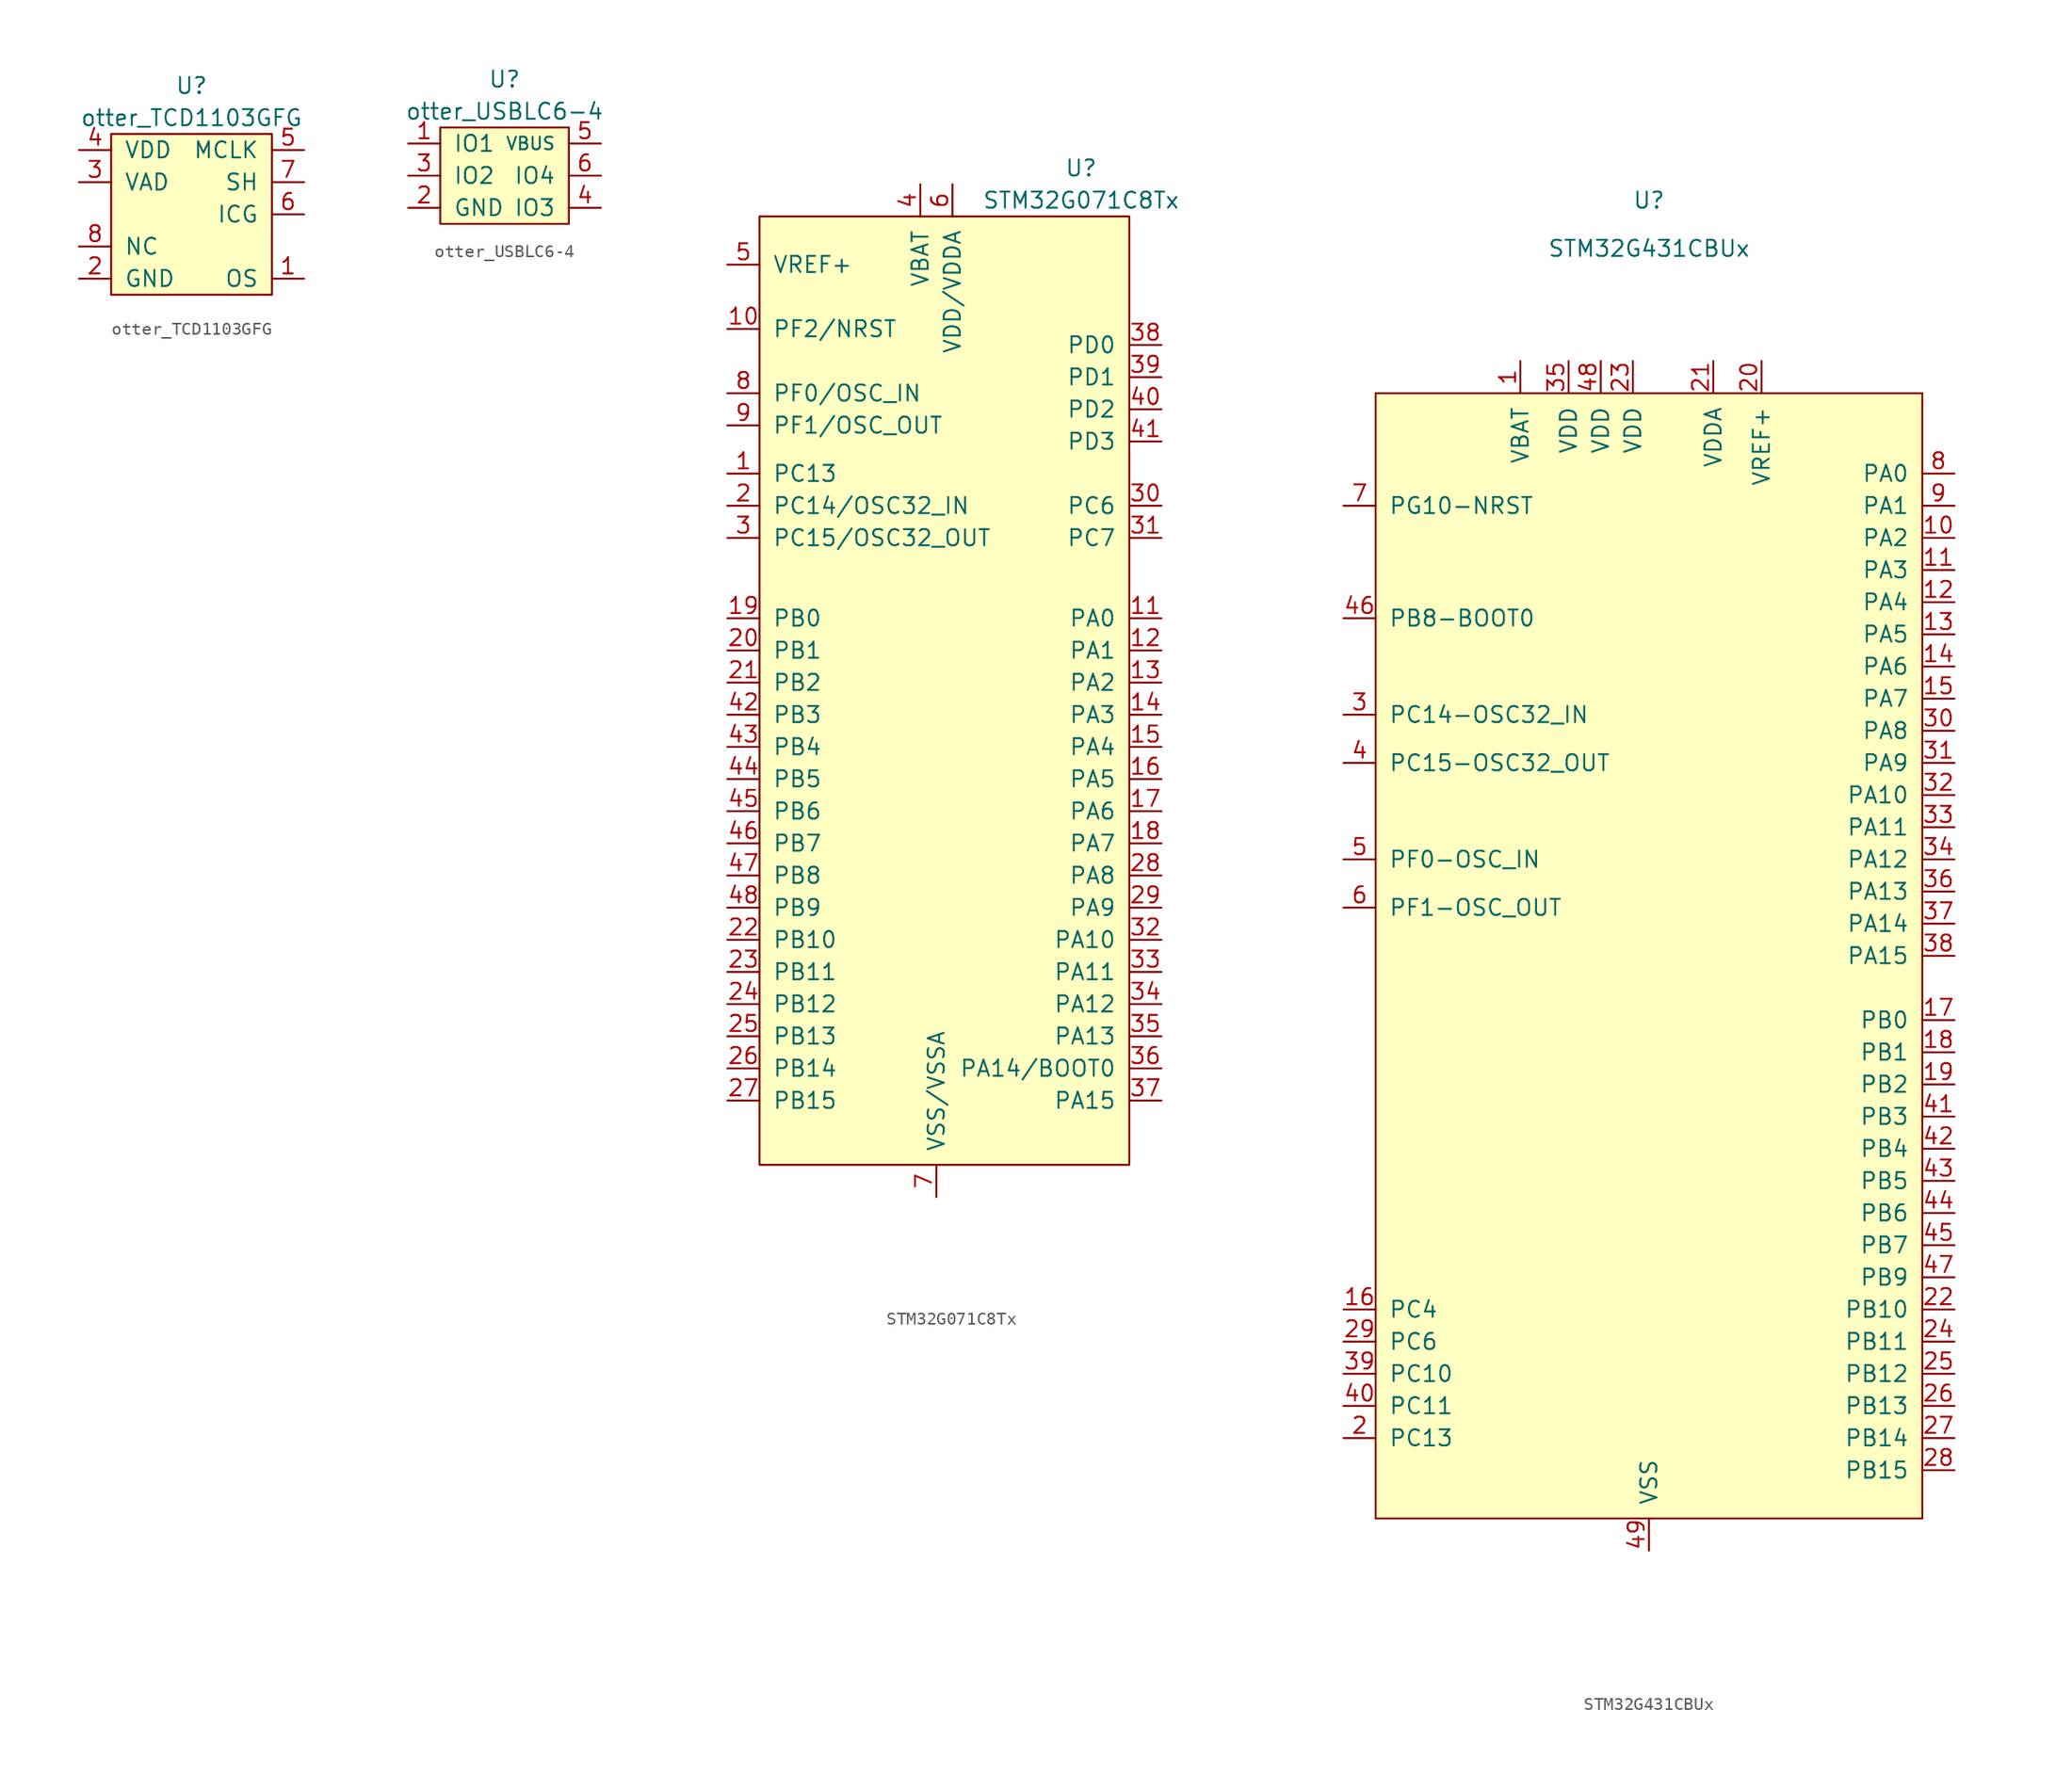
<source format=kicad_sym>
(kicad_symbol_lib
  (version 20211014)
  (generator kicad_symbol_editor)
  (symbol "otter_TCD1103GFG"
    (pin_names
      (offset 1.016))
    (property "Reference" "U"
      (at 0 10.16 0)
      (effects (font (size 1.27 1.27))))
    (property "Value" "otter_TCD1103GFG"
      (at 0 7.62 0)
      (effects (font (size 1.27 1.27))))
    (symbol "otter_TCD1103GFG_0_0"
      (pin unspecified line (at -8.89 -2.54 0) (length 2.54) hide (name "NC" (effects (font (size 1.27 1.27)))) (number "10" (effects (font (size 1.27 1.27)))))
      (pin unspecified line (at -8.89 -2.54 0) (length 2.54) hide (name "NC" (effects (font (size 1.27 1.27)))) (number "11" (effects (font (size 1.27 1.27)))))
      (pin unspecified line (at -8.89 -2.54 0) (length 2.54) hide (name "NC" (effects (font (size 1.27 1.27)))) (number "12" (effects (font (size 1.27 1.27)))))
      (pin unspecified line (at -8.89 -2.54 0) (length 2.54) hide (name "NC" (effects (font (size 1.27 1.27)))) (number "13" (effects (font (size 1.27 1.27)))))
      (pin unspecified line (at -8.89 -2.54 0) (length 2.54) hide (name "NC" (effects (font (size 1.27 1.27)))) (number "14" (effects (font (size 1.27 1.27)))))
      (pin unspecified line (at -8.89 -2.54 0) (length 2.54) hide (name "NC" (effects (font (size 1.27 1.27)))) (number "15" (effects (font (size 1.27 1.27)))))
      (pin unspecified line (at -8.89 -2.54 0) (length 2.54) hide (name "NC" (effects (font (size 1.27 1.27)))) (number "16" (effects (font (size 1.27 1.27)))))
      (pin unspecified line (at -8.89 -2.54 0) (length 2.54) hide (name "NC" (effects (font (size 1.27 1.27)))) (number "9" (effects (font (size 1.27 1.27))))))
    (symbol "otter_TCD1103GFG_0_1"
      (rectangle (start -6.35 6.35) (end 6.35 -6.35) (stroke (width 0) (type default) (color 0 0 0 0)) (fill (type background))))
    (symbol "otter_TCD1103GFG_1_1"
      (pin input line (at 8.89 -5.08 180) (length 2.54) (name "OS" (effects (font (size 1.27 1.27)))) (number "1" (effects (font (size 1.27 1.27)))))
      (pin input line (at -8.89 -5.08 0) (length 2.54) (name "GND" (effects (font (size 1.27 1.27)))) (number "2" (effects (font (size 1.27 1.27)))))
      (pin input line (at -8.89 2.54 0) (length 2.54) (name "VAD" (effects (font (size 1.27 1.27)))) (number "3" (effects (font (size 1.27 1.27)))))
      (pin input line (at -8.89 5.08 0) (length 2.54) (name "VDD" (effects (font (size 1.27 1.27)))) (number "4" (effects (font (size 1.27 1.27)))))
      (pin input line (at 8.89 5.08 180) (length 2.54) (name "MCLK" (effects (font (size 1.27 1.27)))) (number "5" (effects (font (size 1.27 1.27)))))
      (pin input line (at 8.89 0 180) (length 2.54) (name "ICG" (effects (font (size 1.27 1.27)))) (number "6" (effects (font (size 1.27 1.27)))))
      (pin input line (at 8.89 2.54 180) (length 2.54) (name "SH" (effects (font (size 1.27 1.27)))) (number "7" (effects (font (size 1.27 1.27)))))
      (pin unspecified line (at -8.89 -2.54 0) (length 2.54) (name "NC" (effects (font (size 1.27 1.27)))) (number "8" (effects (font (size 1.27 1.27)))))))
  (symbol "otter_USBLC6-4"
    (pin_names
      (offset 1.016))
    (property "Reference" "U"
      (at 0 7.62 0)
      (effects (font (size 1.27 1.27))))
    (property "Value" "otter_USBLC6-4"
      (at 0 5.08 0)
      (effects (font (size 1.27 1.27))))
    (symbol "otter_USBLC6-4_0_1"
      (rectangle (start -5.08 3.81) (end 5.08 -3.81) (stroke (width 0) (type default) (color 0 0 0 0)) (fill (type background))))
    (symbol "otter_USBLC6-4_1_1"
      (pin input line (at -7.62 2.54 0) (length 2.54) (name "IO1" (effects (font (size 1.27 1.27)))) (number "1" (effects (font (size 1.27 1.27)))))
      (pin input line (at -7.62 -2.54 0) (length 2.54) (name "GND" (effects (font (size 1.27 1.27)))) (number "2" (effects (font (size 1.27 1.27)))))
      (pin input line (at -7.62 0 0) (length 2.54) (name "IO2" (effects (font (size 1.27 1.27)))) (number "3" (effects (font (size 1.27 1.27)))))
      (pin input line (at 7.62 -2.54 180) (length 2.54) (name "IO3" (effects (font (size 1.27 1.27)))) (number "4" (effects (font (size 1.27 1.27)))))
      (pin input line (at 7.62 2.54 180) (length 2.54) (name "VBUS" (effects (font (size 0.991 0.991)))) (number "5" (effects (font (size 1.27 1.27)))))
      (pin input line (at 7.62 0 180) (length 2.54) (name "IO4" (effects (font (size 1.27 1.27)))) (number "6" (effects (font (size 1.27 1.27)))))))
  (symbol "STM32G071C8Tx"
    (pin_names
      (offset 1.016))
    (property "Reference" "U"
      (at 11.43 44.45 0)
      (effects (font (size 1.27 1.27))))
    (property "Value" "STM32G071C8Tx"
      (at 11.43 41.91 0)
      (effects (font (size 1.27 1.27))))
    (symbol "STM32G071C8Tx_0_0"
      (pin input line (at -16.51 31.75 0) (length 2.54) (name "PF2/NRST" (effects (font (size 1.27 1.27)))) (number "10" (effects (font (size 1.27 1.27)))))
      (pin input line (at 17.78 8.89 180) (length 2.54) (name "PA0" (effects (font (size 1.27 1.27)))) (number "11" (effects (font (size 1.27 1.27)))))
      (pin input line (at 17.78 6.35 180) (length 2.54) (name "PA1" (effects (font (size 1.27 1.27)))) (number "12" (effects (font (size 1.27 1.27)))))
      (pin input line (at 17.78 3.81 180) (length 2.54) (name "PA2" (effects (font (size 1.27 1.27)))) (number "13" (effects (font (size 1.27 1.27)))))
      (pin input line (at 17.78 1.27 180) (length 2.54) (name "PA3" (effects (font (size 1.27 1.27)))) (number "14" (effects (font (size 1.27 1.27)))))
      (pin input line (at 17.78 -1.27 180) (length 2.54) (name "PA4" (effects (font (size 1.27 1.27)))) (number "15" (effects (font (size 1.27 1.27)))))
      (pin input line (at 17.78 -3.81 180) (length 2.54) (name "PA5" (effects (font (size 1.27 1.27)))) (number "16" (effects (font (size 1.27 1.27)))))
      (pin input line (at 17.78 -6.35 180) (length 2.54) (name "PA6" (effects (font (size 1.27 1.27)))) (number "17" (effects (font (size 1.27 1.27)))))
      (pin input line (at 17.78 -8.89 180) (length 2.54) (name "PA7" (effects (font (size 1.27 1.27)))) (number "18" (effects (font (size 1.27 1.27)))))
      (pin input line (at -16.51 8.89 0) (length 2.54) (name "PB0" (effects (font (size 1.27 1.27)))) (number "19" (effects (font (size 1.27 1.27)))))
      (pin input line (at -16.51 6.35 0) (length 2.54) (name "PB1" (effects (font (size 1.27 1.27)))) (number "20" (effects (font (size 1.27 1.27)))))
      (pin input line (at -16.51 3.81 0) (length 2.54) (name "PB2" (effects (font (size 1.27 1.27)))) (number "21" (effects (font (size 1.27 1.27)))))
      (pin input line (at -16.51 -16.51 0) (length 2.54) (name "PB10" (effects (font (size 1.27 1.27)))) (number "22" (effects (font (size 1.27 1.27)))))
      (pin input line (at -16.51 -19.05 0) (length 2.54) (name "PB11" (effects (font (size 1.27 1.27)))) (number "23" (effects (font (size 1.27 1.27)))))
      (pin input line (at -16.51 -21.59 0) (length 2.54) (name "PB12" (effects (font (size 1.27 1.27)))) (number "24" (effects (font (size 1.27 1.27)))))
      (pin input line (at -16.51 -24.13 0) (length 2.54) (name "PB13" (effects (font (size 1.27 1.27)))) (number "25" (effects (font (size 1.27 1.27)))))
      (pin input line (at -16.51 -26.67 0) (length 2.54) (name "PB14" (effects (font (size 1.27 1.27)))) (number "26" (effects (font (size 1.27 1.27)))))
      (pin input line (at -16.51 -29.21 0) (length 2.54) (name "PB15" (effects (font (size 1.27 1.27)))) (number "27" (effects (font (size 1.27 1.27)))))
      (pin input line (at 17.78 -11.43 180) (length 2.54) (name "PA8" (effects (font (size 1.27 1.27)))) (number "28" (effects (font (size 1.27 1.27)))))
      (pin input line (at 17.78 -13.97 180) (length 2.54) (name "PA9" (effects (font (size 1.27 1.27)))) (number "29" (effects (font (size 1.27 1.27)))))
      (pin input line (at 17.78 17.78 180) (length 2.54) (name "PC6" (effects (font (size 1.27 1.27)))) (number "30" (effects (font (size 1.27 1.27)))))
      (pin input line (at 17.78 15.24 180) (length 2.54) (name "PC7" (effects (font (size 1.27 1.27)))) (number "31" (effects (font (size 1.27 1.27)))))
      (pin input line (at 17.78 -16.51 180) (length 2.54) (name "PA10" (effects (font (size 1.27 1.27)))) (number "32" (effects (font (size 1.27 1.27)))))
      (pin input line (at 17.78 -19.05 180) (length 2.54) (name "PA11" (effects (font (size 1.27 1.27)))) (number "33" (effects (font (size 1.27 1.27)))))
      (pin input line (at 17.78 -21.59 180) (length 2.54) (name "PA12" (effects (font (size 1.27 1.27)))) (number "34" (effects (font (size 1.27 1.27)))))
      (pin input line (at 17.78 -24.13 180) (length 2.54) (name "PA13" (effects (font (size 1.27 1.27)))) (number "35" (effects (font (size 1.27 1.27)))))
      (pin input line (at 17.78 -26.67 180) (length 2.54) (name "PA14/BOOT0" (effects (font (size 1.27 1.27)))) (number "36" (effects (font (size 1.27 1.27)))))
      (pin input line (at 17.78 -29.21 180) (length 2.54) (name "PA15" (effects (font (size 1.27 1.27)))) (number "37" (effects (font (size 1.27 1.27)))))
      (pin input line (at 17.78 30.48 180) (length 2.54) (name "PD0" (effects (font (size 1.27 1.27)))) (number "38" (effects (font (size 1.27 1.27)))))
      (pin input line (at 17.78 27.94 180) (length 2.54) (name "PD1" (effects (font (size 1.27 1.27)))) (number "39" (effects (font (size 1.27 1.27)))))
      (pin input line (at 17.78 25.4 180) (length 2.54) (name "PD2" (effects (font (size 1.27 1.27)))) (number "40" (effects (font (size 1.27 1.27)))))
      (pin input line (at 17.78 22.86 180) (length 2.54) (name "PD3" (effects (font (size 1.27 1.27)))) (number "41" (effects (font (size 1.27 1.27)))))
      (pin input line (at -16.51 1.27 0) (length 2.54) (name "PB3" (effects (font (size 1.27 1.27)))) (number "42" (effects (font (size 1.27 1.27)))))
      (pin input line (at -16.51 -1.27 0) (length 2.54) (name "PB4" (effects (font (size 1.27 1.27)))) (number "43" (effects (font (size 1.27 1.27)))))
      (pin input line (at -16.51 -3.81 0) (length 2.54) (name "PB5" (effects (font (size 1.27 1.27)))) (number "44" (effects (font (size 1.27 1.27)))))
      (pin input line (at -16.51 -6.35 0) (length 2.54) (name "PB6" (effects (font (size 1.27 1.27)))) (number "45" (effects (font (size 1.27 1.27)))))
      (pin input line (at -16.51 -8.89 0) (length 2.54) (name "PB7" (effects (font (size 1.27 1.27)))) (number "46" (effects (font (size 1.27 1.27)))))
      (pin input line (at -16.51 -11.43 0) (length 2.54) (name "PB8" (effects (font (size 1.27 1.27)))) (number "47" (effects (font (size 1.27 1.27)))))
      (pin input line (at -16.51 -13.97 0) (length 2.54) (name "PB9" (effects (font (size 1.27 1.27)))) (number "48" (effects (font (size 1.27 1.27)))))
      (pin input line (at -16.51 36.83 0) (length 2.54) (name "VREF+" (effects (font (size 1.27 1.27)))) (number "5" (effects (font (size 1.27 1.27)))))
      (pin power_in line (at 1.27 43.18 270) (length 2.54) (name "VDD/VDDA" (effects (font (size 1.27 1.27)))) (number "6" (effects (font (size 1.27 1.27)))))
      (pin power_in line (at 0 -36.83 90) (length 2.54) (name "VSS/VSSA" (effects (font (size 1.27 1.27)))) (number "7" (effects (font (size 1.27 1.27)))))
      (pin input line (at -16.51 24.13 0) (length 2.54) (name "PF1/OSC_OUT" (effects (font (size 1.27 1.27)))) (number "9" (effects (font (size 1.27 1.27))))))
    (symbol "STM32G071C8Tx_0_1"
      (rectangle (start -13.97 40.64) (end 15.24 -34.29) (stroke (width 0) (type default) (color 0 0 0 0)) (fill (type background))))
    (symbol "STM32G071C8Tx_1_1"
      (pin input line (at -16.51 20.32 0) (length 2.54) (name "PC13" (effects (font (size 1.27 1.27)))) (number "1" (effects (font (size 1.27 1.27)))))
      (pin input line (at -16.51 17.78 0) (length 2.54) (name "PC14/OSC32_IN" (effects (font (size 1.27 1.27)))) (number "2" (effects (font (size 1.27 1.27)))))
      (pin input line (at -16.51 15.24 0) (length 2.54) (name "PC15/OSC32_OUT" (effects (font (size 1.27 1.27)))) (number "3" (effects (font (size 1.27 1.27)))))
      (pin power_in line (at -1.27 43.18 270) (length 2.54) (name "VBAT" (effects (font (size 1.27 1.27)))) (number "4" (effects (font (size 1.27 1.27)))))
      (pin input line (at -16.51 26.67 0) (length 2.54) (name "PF0/OSC_IN" (effects (font (size 1.27 1.27)))) (number "8" (effects (font (size 1.27 1.27)))))))
  (symbol "STM32G431CBUx"
    (pin_names
      (offset 1.016))
    (property "Reference" "U"
      (at 0 62.23 0)
      (effects (font (size 1.27 1.27))))
    (property "Value" "STM32G431CBUx"
      (at 0 58.42 0)
      (effects (font (size 1.27 1.27))))
    (symbol "STM32G431CBUx_0_1"
      (rectangle (start 21.59 -41.91) (end -21.59 46.99) (stroke (width 0) (type default) (color 0 0 0 0)) (fill (type background))))
    (symbol "STM32G431CBUx_1_1"
      (pin input line (at -10.16 49.53 270) (length 2.54) (name "VBAT" (effects (font (size 1.27 1.27)))) (number "1" (effects (font (size 1.27 1.27)))))
      (pin input line (at 24.13 35.56 180) (length 2.54) (name "PA2" (effects (font (size 1.27 1.27)))) (number "10" (effects (font (size 1.27 1.27)))))
      (pin input line (at 24.13 33.02 180) (length 2.54) (name "PA3" (effects (font (size 1.27 1.27)))) (number "11" (effects (font (size 1.27 1.27)))))
      (pin input line (at 24.13 30.48 180) (length 2.54) (name "PA4" (effects (font (size 1.27 1.27)))) (number "12" (effects (font (size 1.27 1.27)))))
      (pin input line (at 24.13 27.94 180) (length 2.54) (name "PA5" (effects (font (size 1.27 1.27)))) (number "13" (effects (font (size 1.27 1.27)))))
      (pin input line (at 24.13 25.4 180) (length 2.54) (name "PA6" (effects (font (size 1.27 1.27)))) (number "14" (effects (font (size 1.27 1.27)))))
      (pin input line (at 24.13 22.86 180) (length 2.54) (name "PA7" (effects (font (size 1.27 1.27)))) (number "15" (effects (font (size 1.27 1.27)))))
      (pin input line (at -24.13 -25.4 0) (length 2.54) (name "PC4" (effects (font (size 1.27 1.27)))) (number "16" (effects (font (size 1.27 1.27)))))
      (pin input line (at 24.13 -2.54 180) (length 2.54) (name "PB0" (effects (font (size 1.27 1.27)))) (number "17" (effects (font (size 1.27 1.27)))))
      (pin input line (at 24.13 -5.08 180) (length 2.54) (name "PB1" (effects (font (size 1.27 1.27)))) (number "18" (effects (font (size 1.27 1.27)))))
      (pin input line (at 24.13 -7.62 180) (length 2.54) (name "PB2" (effects (font (size 1.27 1.27)))) (number "19" (effects (font (size 1.27 1.27)))))
      (pin input line (at -24.13 -35.56 0) (length 2.54) (name "PC13" (effects (font (size 1.27 1.27)))) (number "2" (effects (font (size 1.27 1.27)))))
      (pin input line (at 8.89 49.53 270) (length 2.54) (name "VREF+" (effects (font (size 1.27 1.27)))) (number "20" (effects (font (size 1.27 1.27)))))
      (pin input line (at 5.08 49.53 270) (length 2.54) (name "VDDA" (effects (font (size 1.27 1.27)))) (number "21" (effects (font (size 1.27 1.27)))))
      (pin input line (at 24.13 -25.4 180) (length 2.54) (name "PB10" (effects (font (size 1.27 1.27)))) (number "22" (effects (font (size 1.27 1.27)))))
      (pin input line (at -1.27 49.53 270) (length 2.54) (name "VDD" (effects (font (size 1.27 1.27)))) (number "23" (effects (font (size 1.27 1.27)))))
      (pin input line (at 24.13 -27.94 180) (length 2.54) (name "PB11" (effects (font (size 1.27 1.27)))) (number "24" (effects (font (size 1.27 1.27)))))
      (pin input line (at 24.13 -30.48 180) (length 2.54) (name "PB12" (effects (font (size 1.27 1.27)))) (number "25" (effects (font (size 1.27 1.27)))))
      (pin input line (at 24.13 -33.02 180) (length 2.54) (name "PB13" (effects (font (size 1.27 1.27)))) (number "26" (effects (font (size 1.27 1.27)))))
      (pin input line (at 24.13 -35.56 180) (length 2.54) (name "PB14" (effects (font (size 1.27 1.27)))) (number "27" (effects (font (size 1.27 1.27)))))
      (pin input line (at 24.13 -38.1 180) (length 2.54) (name "PB15" (effects (font (size 1.27 1.27)))) (number "28" (effects (font (size 1.27 1.27)))))
      (pin input line (at -24.13 -27.94 0) (length 2.54) (name "PC6" (effects (font (size 1.27 1.27)))) (number "29" (effects (font (size 1.27 1.27)))))
      (pin input line (at -24.13 21.59 0) (length 2.54) (name "PC14-OSC32_IN" (effects (font (size 1.27 1.27)))) (number "3" (effects (font (size 1.27 1.27)))))
      (pin input line (at 24.13 20.32 180) (length 2.54) (name "PA8" (effects (font (size 1.27 1.27)))) (number "30" (effects (font (size 1.27 1.27)))))
      (pin input line (at 24.13 17.78 180) (length 2.54) (name "PA9" (effects (font (size 1.27 1.27)))) (number "31" (effects (font (size 1.27 1.27)))))
      (pin input line (at 24.13 15.24 180) (length 2.54) (name "PA10" (effects (font (size 1.27 1.27)))) (number "32" (effects (font (size 1.27 1.27)))))
      (pin input line (at 24.13 12.7 180) (length 2.54) (name "PA11" (effects (font (size 1.27 1.27)))) (number "33" (effects (font (size 1.27 1.27)))))
      (pin input line (at 24.13 10.16 180) (length 2.54) (name "PA12" (effects (font (size 1.27 1.27)))) (number "34" (effects (font (size 1.27 1.27)))))
      (pin input line (at -6.35 49.53 270) (length 2.54) (name "VDD" (effects (font (size 1.27 1.27)))) (number "35" (effects (font (size 1.27 1.27)))))
      (pin input line (at 24.13 7.62 180) (length 2.54) (name "PA13" (effects (font (size 1.27 1.27)))) (number "36" (effects (font (size 1.27 1.27)))))
      (pin input line (at 24.13 5.08 180) (length 2.54) (name "PA14" (effects (font (size 1.27 1.27)))) (number "37" (effects (font (size 1.27 1.27)))))
      (pin input line (at 24.13 2.54 180) (length 2.54) (name "PA15" (effects (font (size 1.27 1.27)))) (number "38" (effects (font (size 1.27 1.27)))))
      (pin input line (at -24.13 -30.48 0) (length 2.54) (name "PC10" (effects (font (size 1.27 1.27)))) (number "39" (effects (font (size 1.27 1.27)))))
      (pin input line (at -24.13 17.78 0) (length 2.54) (name "PC15-OSC32_OUT" (effects (font (size 1.27 1.27)))) (number "4" (effects (font (size 1.27 1.27)))))
      (pin input line (at -24.13 -33.02 0) (length 2.54) (name "PC11" (effects (font (size 1.27 1.27)))) (number "40" (effects (font (size 1.27 1.27)))))
      (pin input line (at 24.13 -10.16 180) (length 2.54) (name "PB3" (effects (font (size 1.27 1.27)))) (number "41" (effects (font (size 1.27 1.27)))))
      (pin input line (at 24.13 -12.7 180) (length 2.54) (name "PB4" (effects (font (size 1.27 1.27)))) (number "42" (effects (font (size 1.27 1.27)))))
      (pin input line (at 24.13 -15.24 180) (length 2.54) (name "PB5" (effects (font (size 1.27 1.27)))) (number "43" (effects (font (size 1.27 1.27)))))
      (pin input line (at 24.13 -17.78 180) (length 2.54) (name "PB6" (effects (font (size 1.27 1.27)))) (number "44" (effects (font (size 1.27 1.27)))))
      (pin input line (at 24.13 -20.32 180) (length 2.54) (name "PB7" (effects (font (size 1.27 1.27)))) (number "45" (effects (font (size 1.27 1.27)))))
      (pin input line (at -24.13 29.21 0) (length 2.54) (name "PB8-BOOT0" (effects (font (size 1.27 1.27)))) (number "46" (effects (font (size 1.27 1.27)))))
      (pin input line (at 24.13 -22.86 180) (length 2.54) (name "PB9" (effects (font (size 1.27 1.27)))) (number "47" (effects (font (size 1.27 1.27)))))
      (pin input line (at -3.81 49.53 270) (length 2.54) (name "VDD" (effects (font (size 1.27 1.27)))) (number "48" (effects (font (size 1.27 1.27)))))
      (pin input line (at 0 -44.45 90) (length 2.54) (name "VSS" (effects (font (size 1.27 1.27)))) (number "49" (effects (font (size 1.27 1.27)))))
      (pin input line (at -24.13 10.16 0) (length 2.54) (name "PF0-OSC_IN" (effects (font (size 1.27 1.27)))) (number "5" (effects (font (size 1.27 1.27)))))
      (pin input line (at -24.13 6.35 0) (length 2.54) (name "PF1-OSC_OUT" (effects (font (size 1.27 1.27)))) (number "6" (effects (font (size 1.27 1.27)))))
      (pin input line (at -24.13 38.1 0) (length 2.54) (name "PG10-NRST" (effects (font (size 1.27 1.27)))) (number "7" (effects (font (size 1.27 1.27)))))
      (pin input line (at 24.13 40.64 180) (length 2.54) (name "PA0" (effects (font (size 1.27 1.27)))) (number "8" (effects (font (size 1.27 1.27)))))
      (pin input line (at 24.13 38.1 180) (length 2.54) (name "PA1" (effects (font (size 1.27 1.27)))) (number "9" (effects (font (size 1.27 1.27))))))))
</source>
